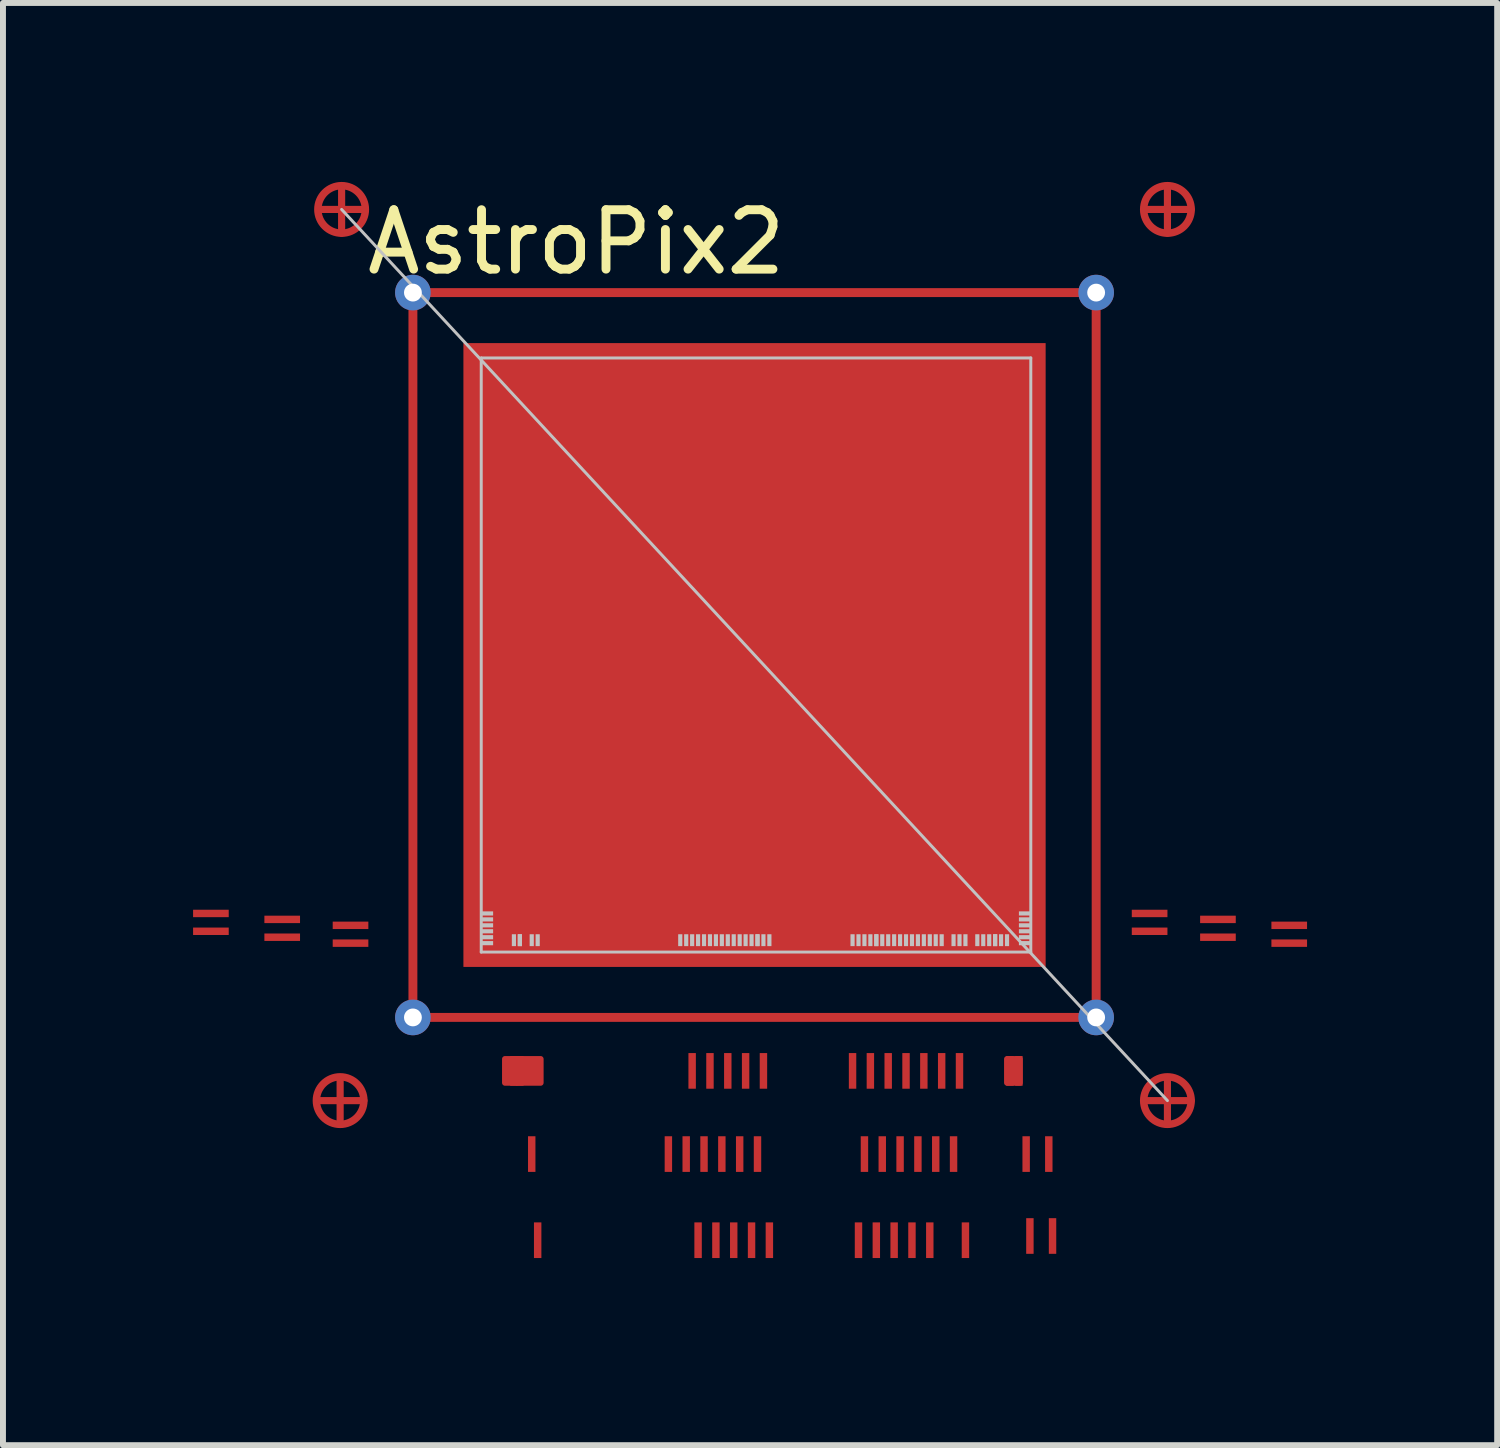
<source format=kicad_pcb>
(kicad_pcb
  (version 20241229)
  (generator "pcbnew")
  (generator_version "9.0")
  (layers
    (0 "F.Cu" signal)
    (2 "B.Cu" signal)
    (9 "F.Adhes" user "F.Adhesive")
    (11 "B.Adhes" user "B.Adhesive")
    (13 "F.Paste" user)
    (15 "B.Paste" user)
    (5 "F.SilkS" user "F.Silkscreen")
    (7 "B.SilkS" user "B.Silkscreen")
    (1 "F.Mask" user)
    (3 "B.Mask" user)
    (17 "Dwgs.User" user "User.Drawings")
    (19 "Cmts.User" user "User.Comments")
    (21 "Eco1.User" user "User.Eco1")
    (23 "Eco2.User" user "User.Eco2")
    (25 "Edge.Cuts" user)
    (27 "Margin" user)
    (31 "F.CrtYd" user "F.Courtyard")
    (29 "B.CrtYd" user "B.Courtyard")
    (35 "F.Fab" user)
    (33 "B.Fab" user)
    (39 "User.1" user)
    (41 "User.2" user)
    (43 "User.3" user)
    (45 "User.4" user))
  (footprint "AstroPix2"
    (layer "F.Cu")
    (at 9.65 7.975)
    (property "Reference" "AstroPix2" (at -3 -6.95 0) (layer "F.SilkS") (effects (font (size 1 1) (thickness 0.15))))
    (attr through_hole)
    (fp_line (start -7.325 7.5) (end -6.575 7.5) (stroke (width 0.12) (type solid)) (layer "F.Cu"))
    (fp_line (start -7.3 -7.5) (end -6.55 -7.5) (stroke (width 0.12) (type solid)) (layer "F.Cu"))
    (fp_line (start -6.975 7.15) (end -6.975 7.9) (stroke (width 0.12) (type solid)) (layer "F.Cu"))
    (fp_line (start -6.95 -7.85) (end -6.95 -7.1) (stroke (width 0.12) (type solid)) (layer "F.Cu"))
    (fp_line (start -5.75 -6.1) (end -5.75 6.1) (stroke (width 0.15) (type solid)) (layer "F.Cu"))
    (fp_line (start -5.75 6.1) (end 5.75 6.1) (stroke (width 0.15) (type solid)) (layer "F.Cu"))
    (fp_line (start 5.75 -6.1) (end -5.75 -6.1) (stroke (width 0.15) (type solid)) (layer "F.Cu"))
    (fp_line (start 5.75 6.1) (end 5.75 -6.1) (stroke (width 0.15) (type solid)) (layer "F.Cu"))
    (fp_line (start 6.6 -7.5) (end 7.35 -7.5) (stroke (width 0.12) (type solid)) (layer "F.Cu"))
    (fp_line (start 6.6 7.5) (end 7.35 7.5) (stroke (width 0.12) (type solid)) (layer "F.Cu"))
    (fp_line (start 6.95 -7.85) (end 6.95 -7.1) (stroke (width 0.12) (type solid)) (layer "F.Cu"))
    (fp_line (start 6.95 7.15) (end 6.95 7.9) (stroke (width 0.12) (type solid)) (layer "F.Cu"))
    (fp_circle (center -6.975 7.5) (end -6.575 7.5) (stroke (width 0.125) (type solid)) (fill no) (layer "F.Cu"))
    (fp_circle (center -6.95 -7.5) (end -6.55 -7.5) (stroke (width 0.125) (type solid)) (fill no) (layer "F.Cu"))
    (fp_circle (center 6.95 -7.5) (end 7.35 -7.5) (stroke (width 0.125) (type solid)) (fill no) (layer "F.Cu"))
    (fp_circle (center 6.95 7.5) (end 7.35 7.5) (stroke (width 0.125) (type solid)) (fill no) (layer "F.Cu"))
    (fp_poly (pts (xy -3.6 7.2) (xy -4.2 7.2) (xy -4.2 6.8) (xy -3.6 6.8)) (stroke (width 0.1) (type solid)) (fill yes) (layer "F.Cu"))
    (fp_poly (pts (xy 4.465 7.2) (xy 4.25 7.2) (xy 4.25 6.8) (xy 4.465 6.8)) (stroke (width 0.1) (type solid)) (fill yes) (layer "F.Cu"))
    (fp_circle (center -6.975 7.5) (end -6.6 7.5) (stroke (width 0.2) (type solid)) (fill no) (layer "F.Mask"))
    (fp_circle (center -6.95 -7.5) (end -6.575 -7.5) (stroke (width 0.2) (type solid)) (fill no) (layer "F.Mask"))
    (fp_circle (center 6.95 -7.5) (end 7.325 -7.5) (stroke (width 0.2) (type solid)) (fill no) (layer "F.Mask"))
    (fp_circle (center 6.95 7.5) (end 7.325 7.5) (stroke (width 0.2) (type solid)) (fill no) (layer "F.Mask"))
    (fp_poly (pts (xy -6.4 5.05) (xy -9.6 5.05) (xy -9.6 4.2) (xy -6.4 4.2)) (stroke (width 0.1) (type solid)) (fill yes) (layer "F.Mask"))
    (fp_poly (pts (xy -3.45 7.4) (xy -4.35 7.4) (xy -4.35 6.6) (xy -3.45 6.6)) (stroke (width 0.1) (type solid)) (fill yes) (layer "F.Mask"))
    (fp_poly (pts (xy -3.45 10.25) (xy -3.85 10.25) (xy -3.85 8) (xy -3.45 8)) (stroke (width 0.1) (type solid)) (fill yes) (layer "F.Mask"))
    (fp_poly (pts (xy 0.2 8.8) (xy -1.6 8.8) (xy -1.6 8) (xy 0.2 8)) (stroke (width 0.1) (type solid)) (fill yes) (layer "F.Mask"))
    (fp_poly (pts (xy 0.3 7.4) (xy -1.2 7.4) (xy -1.2 6.6) (xy 0.3 6.6)) (stroke (width 0.1) (type solid)) (fill yes) (layer "F.Mask"))
    (fp_poly (pts (xy 0.4 10.25) (xy -1.1 10.25) (xy -1.1 9.45) (xy 0.4 9.45)) (stroke (width 0.1) (type solid)) (fill yes) (layer "F.Mask"))
    (fp_poly (pts (xy 3.5 8.8) (xy 1.7 8.8) (xy 1.7 8) (xy 3.5 8)) (stroke (width 0.1) (type solid)) (fill yes) (layer "F.Mask"))
    (fp_poly (pts (xy 3.55 7.4) (xy 1.55 7.4) (xy 1.55 6.6) (xy 3.55 6.6)) (stroke (width 0.1) (type solid)) (fill yes) (layer "F.Mask"))
    (fp_poly (pts (xy 3.7 10.25) (xy 1.6 10.25) (xy 1.6 9.45) (xy 3.7 9.45)) (stroke (width 0.1) (type solid)) (fill yes) (layer "F.Mask"))
    (fp_poly (pts (xy 5.2 8.8) (xy 4.2 8.8) (xy 4.2 8) (xy 5.2 8)) (stroke (width 0.1) (type solid)) (fill yes) (layer "F.Mask"))
    (fp_poly (pts (xy 5.2 10.2) (xy 4.2 10.2) (xy 4.2 9.4) (xy 5.2 9.4)) (stroke (width 0.1) (type solid)) (fill yes) (layer "F.Mask"))
    (fp_poly (pts (xy 5.25 7.4) (xy 4.1 7.4) (xy 4.1 6.6) (xy 5.25 6.6)) (stroke (width 0.1) (type solid)) (fill yes) (layer "F.Mask"))
    (fp_poly (pts (xy 5.75 6.1) (xy -5.75 6.1) (xy -5.75 -6.1) (xy 5.75 -6.1)) (stroke (width 0.1) (type solid)) (fill yes) (layer "F.Mask"))
    (fp_poly (pts (xy 9.45 5.05) (xy 6.25 5.05) (xy 6.25 4.2) (xy 9.45 4.2)) (stroke (width 0.1) (type solid)) (fill yes) (layer "F.Mask"))
    (fp_poly (pts (xy -6.75 7.2) (xy -6.6 7.45) (xy -6.725 7.8) (xy -7.2 7.825) (xy -7.35 7.375) (xy -7.025 7.125) (xy -7 7.125)) (stroke (width 0.1) (type solid)) (fill yes) (layer "F.Mask"))
    (fp_poly (pts (xy -6.725 -7.8) (xy -6.575 -7.55) (xy -6.7 -7.2) (xy -7.175 -7.175) (xy -7.325 -7.625) (xy -7 -7.875) (xy -6.975 -7.875)) (stroke (width 0.1) (type solid)) (fill yes) (layer "F.Mask"))
    (fp_poly (pts (xy 7.175 -7.8) (xy 7.325 -7.55) (xy 7.2 -7.2) (xy 6.725 -7.175) (xy 6.575 -7.625) (xy 6.9 -7.875) (xy 6.925 -7.875)) (stroke (width 0.1) (type solid)) (fill yes) (layer "F.Mask"))
    (fp_poly (pts (xy 7.175 7.2) (xy 7.325 7.45) (xy 7.2 7.8) (xy 6.725 7.825) (xy 6.575 7.375) (xy 6.9 7.125) (xy 6.925 7.125)) (stroke (width 0.1) (type solid)) (fill yes) (layer "F.Mask"))
    (fp_line (start -4.6 -5) (end 4.65 -5) (stroke (width 0.05) (type solid)) (layer "Dwgs.User"))
    (fp_line (start -4.6 5) (end -4.6 -5) (stroke (width 0.05) (type solid)) (layer "Dwgs.User"))
    (fp_line (start 4.65 -5) (end 4.65 5) (stroke (width 0.05) (type solid)) (layer "Dwgs.User"))
    (fp_line (start 4.65 5) (end -4.6 5) (stroke (width 0.05) (type solid)) (layer "Dwgs.User"))
    (fp_line (start 6.95 7.5) (end -6.95 -7.5) (stroke (width 0.05) (type solid)) (layer "Dwgs.User"))
    (pad "" smd rect (at -4.5 4.35 90) (size 0.07 0.2) (layers "Dwgs.User"))
    (pad "" smd rect (at -4.5 4.45 90) (size 0.07 0.2) (layers "Dwgs.User"))
    (pad "" smd rect (at -4.5 4.55 90) (size 0.07 0.2) (layers "Dwgs.User"))
    (pad "" smd rect (at -4.5 4.65 90) (size 0.07 0.2) (layers "Dwgs.User"))
    (pad "" smd rect (at -4.5 4.75 90) (size 0.07 0.2) (layers "Dwgs.User"))
    (pad "" smd rect (at -4.5 4.85 90) (size 0.07 0.2) (layers "Dwgs.User"))
    (pad "" smd rect (at -4.05 4.8) (size 0.07 0.2) (layers "Dwgs.User"))
    (pad "" smd rect (at -3.95 4.8) (size 0.07 0.2) (layers "Dwgs.User"))
    (pad "" smd rect (at -3.95 4.8) (size 0.07 0.2) (layers "Dwgs.User"))
    (pad "" smd rect (at -3.75 4.8) (size 0.07 0.2) (layers "Dwgs.User"))
    (pad "" smd rect (at -3.65 4.8) (size 0.07 0.2) (layers "Dwgs.User"))
    (pad "" smd rect (at -1.25 4.8) (size 0.07 0.2) (layers "Dwgs.User"))
    (pad "" smd rect (at -1.15 4.8) (size 0.07 0.2) (layers "Dwgs.User"))
    (pad "" smd rect (at -1.05 4.8) (size 0.07 0.2) (layers "Dwgs.User"))
    (pad "" smd rect (at -0.95 4.8) (size 0.07 0.2) (layers "Dwgs.User"))
    (pad "" smd rect (at -0.85 4.8) (size 0.07 0.2) (layers "Dwgs.User"))
    (pad "" smd rect (at -0.75 4.8) (size 0.07 0.2) (layers "Dwgs.User"))
    (pad "" smd rect (at -0.65 4.8) (size 0.07 0.2) (layers "Dwgs.User"))
    (pad "" smd rect (at -0.55 4.8) (size 0.07 0.2) (layers "Dwgs.User"))
    (pad "" smd rect (at -0.45 4.8) (size 0.07 0.2) (layers "Dwgs.User"))
    (pad "" smd rect (at -0.35 4.8) (size 0.07 0.2) (layers "Dwgs.User"))
    (pad "" smd rect (at -0.25 4.8) (size 0.07 0.2) (layers "Dwgs.User"))
    (pad "" smd rect (at -0.15 4.8) (size 0.07 0.2) (layers "Dwgs.User"))
    (pad "" smd rect (at -0.05 4.8) (size 0.07 0.2) (layers "Dwgs.User"))
    (pad "" smd rect (at 0.05 4.8) (size 0.07 0.2) (layers "Dwgs.User"))
    (pad "" smd rect (at 0.05 4.8) (size 0.07 0.2) (layers "Dwgs.User"))
    (pad "" smd rect (at 0.15 4.8) (size 0.07 0.2) (layers "Dwgs.User"))
    (pad "" smd rect (at 0.25 4.8) (size 0.07 0.2) (layers "Dwgs.User"))
    (pad "" smd rect (at 1.65 4.8) (size 0.07 0.2) (layers "Dwgs.User"))
    (pad "" smd rect (at 1.75 4.8) (size 0.07 0.2) (layers "Dwgs.User"))
    (pad "" smd rect (at 1.85 4.8) (size 0.07 0.2) (layers "Dwgs.User"))
    (pad "" smd rect (at 1.95 4.8) (size 0.07 0.2) (layers "Dwgs.User"))
    (pad "" smd rect (at 2.05 4.8) (size 0.07 0.2) (layers "Dwgs.User"))
    (pad "" smd rect (at 2.05 4.8) (size 0.07 0.2) (layers "Dwgs.User"))
    (pad "" smd rect (at 2.15 4.8) (size 0.07 0.2) (layers "Dwgs.User"))
    (pad "" smd rect (at 2.25 4.8) (size 0.07 0.2) (layers "Dwgs.User"))
    (pad "" smd rect (at 2.35 4.8) (size 0.07 0.2) (layers "Dwgs.User"))
    (pad "" smd rect (at 2.45 4.8) (size 0.07 0.2) (layers "Dwgs.User"))
    (pad "" smd rect (at 2.55 4.8) (size 0.07 0.2) (layers "Dwgs.User"))
    (pad "" smd rect (at 2.65 4.8) (size 0.07 0.2) (layers "Dwgs.User"))
    (pad "" smd rect (at 2.75 4.8) (size 0.07 0.2) (layers "Dwgs.User"))
    (pad "" smd rect (at 2.85 4.8) (size 0.07 0.2) (layers "Dwgs.User"))
    (pad "" smd rect (at 2.95 4.8) (size 0.07 0.2) (layers "Dwgs.User"))
    (pad "" smd rect (at 3.05 4.8) (size 0.07 0.2) (layers "Dwgs.User"))
    (pad "" smd rect (at 3.15 4.8) (size 0.07 0.2) (layers "Dwgs.User"))
    (pad "" smd rect (at 3.35 4.8) (size 0.07 0.2) (layers "Dwgs.User"))
    (pad "" smd rect (at 3.45 4.8) (size 0.07 0.2) (layers "Dwgs.User"))
    (pad "" smd rect (at 3.55 4.8) (size 0.07 0.2) (layers "Dwgs.User"))
    (pad "" smd rect (at 3.75 4.8) (size 0.07 0.2) (layers "Dwgs.User"))
    (pad "" smd rect (at 3.85 4.8) (size 0.07 0.2) (layers "Dwgs.User"))
    (pad "" smd rect (at 3.95 4.8) (size 0.07 0.2) (layers "Dwgs.User"))
    (pad "" smd rect (at 4.05 4.8) (size 0.07 0.2) (layers "Dwgs.User"))
    (pad "" smd rect (at 4.05 4.8) (size 0.07 0.2) (layers "Dwgs.User"))
    (pad "" smd rect (at 4.15 4.8) (size 0.07 0.2) (layers "Dwgs.User"))
    (pad "" smd rect (at 4.25 4.8) (size 0.07 0.2) (layers "Dwgs.User"))
    (pad "" smd rect (at 4.55 4.35 90) (size 0.07 0.2) (layers "Dwgs.User"))
    (pad "" smd rect (at 4.55 4.45 90) (size 0.07 0.2) (layers "Dwgs.User"))
    (pad "" smd rect (at 4.55 4.55 90) (size 0.07 0.2) (layers "Dwgs.User"))
    (pad "" smd rect (at 4.55 4.65 90) (size 0.07 0.2) (layers "Dwgs.User"))
    (pad "" smd rect (at 4.55 4.75 90) (size 0.07 0.2) (layers "Dwgs.User"))
    (pad "" smd rect (at 4.55 4.85 90) (size 0.07 0.2) (layers "Dwgs.User"))
    (pad "B0" smd rect (at 0 0) (size 9.8 10.5) (layers "F.Cu" "F.Mask" "F.Paste"))
    (pad "B1" smd rect (at -4.05 7) (size 0.125 0.5) (layers "F.Cu" "F.Mask" "F.Paste"))
    (pad "B2" smd rect (at -3.95 7) (size 0.125 0.5) (layers "F.Cu" "F.Mask" "F.Paste"))
    (pad "B3" smd rect (at -3.75 8.4) (size 0.125 0.6) (layers "F.Cu" "F.Mask" "F.Paste"))
    (pad "B4" smd rect (at -3.65 9.85) (size 0.125 0.6) (layers "F.Cu" "F.Mask" "F.Paste"))
    (pad "B5" smd rect (at -1.45 8.4) (size 0.125 0.6) (layers "F.Cu" "F.Mask" "F.Paste"))
    (pad "B6" smd rect (at -1.15 8.4) (size 0.125 0.6) (layers "F.Cu" "F.Mask" "F.Paste"))
    (pad "B7" smd rect (at -1.05 7) (size 0.125 0.6) (layers "F.Cu" "F.Mask" "F.Paste"))
    (pad "B8" smd rect (at -0.95 9.85) (size 0.125 0.6) (layers "F.Cu" "F.Mask" "F.Paste"))
    (pad "B9" smd rect (at -0.85 8.4) (size 0.125 0.6) (layers "F.Cu" "F.Mask" "F.Paste"))
    (pad "B10" smd rect (at -0.75 7) (size 0.125 0.6) (layers "F.Cu" "F.Mask" "F.Paste"))
    (pad "B11" smd rect (at -0.65 9.85) (size 0.125 0.6) (layers "F.Cu" "F.Mask" "F.Paste"))
    (pad "B12" smd rect (at -0.55 8.4) (size 0.125 0.6) (layers "F.Cu" "F.Mask" "F.Paste"))
    (pad "B13" smd rect (at -0.45 7) (size 0.125 0.6) (layers "F.Cu" "F.Mask" "F.Paste"))
    (pad "B14" smd rect (at -0.35 9.85) (size 0.125 0.6) (layers "F.Cu" "F.Mask" "F.Paste"))
    (pad "B15" smd rect (at -0.25 8.4) (size 0.125 0.6) (layers "F.Cu" "F.Mask" "F.Paste"))
    (pad "B16" smd rect (at -0.15 7) (size 0.125 0.6) (layers "F.Cu" "F.Mask" "F.Paste"))
    (pad "B17" smd rect (at -0.05 9.85) (size 0.125 0.6) (layers "F.Cu" "F.Mask" "F.Paste"))
    (pad "B18" smd rect (at 0.05 8.4) (size 0.125 0.6) (layers "F.Cu" "F.Mask" "F.Paste"))
    (pad "B19" smd rect (at 0.15 7) (size 0.125 0.6) (layers "F.Cu" "F.Mask" "F.Paste"))
    (pad "B20" smd rect (at 0.25 9.85) (size 0.125 0.6) (layers "F.Cu" "F.Mask" "F.Paste"))
    (pad "B21" smd rect (at 1.65 7) (size 0.125 0.6) (layers "F.Cu" "F.Mask" "F.Paste"))
    (pad "B22" smd rect (at 1.75 9.85) (size 0.125 0.6) (layers "F.Cu" "F.Mask" "F.Paste"))
    (pad "B23" smd rect (at 1.85 8.4) (size 0.125 0.6) (layers "F.Cu" "F.Mask" "F.Paste"))
    (pad "B24" smd rect (at 1.95 7) (size 0.125 0.6) (layers "F.Cu" "F.Mask" "F.Paste"))
    (pad "B25" smd rect (at 2.05 9.85) (size 0.125 0.6) (layers "F.Cu" "F.Mask" "F.Paste"))
    (pad "B26" smd rect (at 2.15 8.4) (size 0.125 0.6) (layers "F.Cu" "F.Mask" "F.Paste"))
    (pad "B27" smd rect (at 2.25 7) (size 0.125 0.6) (layers "F.Cu" "F.Mask" "F.Paste"))
    (pad "B28" smd rect (at 2.35 9.85) (size 0.125 0.6) (layers "F.Cu" "F.Mask" "F.Paste"))
    (pad "B29" smd rect (at 2.45 8.4) (size 0.125 0.6) (layers "F.Cu" "F.Mask" "F.Paste"))
    (pad "B30" smd rect (at 2.55 7) (size 0.125 0.6) (layers "F.Cu" "F.Mask" "F.Paste"))
    (pad "B31" smd rect (at 2.65 9.85) (size 0.125 0.6) (layers "F.Cu" "F.Mask" "F.Paste"))
    (pad "B32" smd rect (at 2.75 8.4) (size 0.125 0.6) (layers "F.Cu" "F.Mask" "F.Paste"))
    (pad "B33" smd rect (at 2.85 7) (size 0.125 0.6) (layers "F.Cu" "F.Mask" "F.Paste"))
    (pad "B34" smd rect (at 2.95 9.85) (size 0.125 0.6) (layers "F.Cu" "F.Mask" "F.Paste"))
    (pad "B35" smd rect (at 3.05 8.4) (size 0.125 0.6) (layers "F.Cu" "F.Mask" "F.Paste"))
    (pad "B36" smd rect (at 3.15 7) (size 0.125 0.6) (layers "F.Cu" "F.Mask" "F.Paste"))
    (pad "B37" smd rect (at 3.35 8.4) (size 0.125 0.6) (layers "F.Cu" "F.Mask" "F.Paste"))
    (pad "B38" smd rect (at 3.45 7) (size 0.125 0.6) (layers "F.Cu" "F.Mask" "F.Paste"))
    (pad "B39" smd rect (at 3.55 9.85) (size 0.125 0.6) (layers "F.Cu" "F.Mask" "F.Paste"))
    (pad "B40" smd rect (at 4.3 7) (size 0.125 0.5) (layers "F.Cu" "F.Mask" "F.Paste"))
    (pad "B41" smd rect (at 4.45 7) (size 0.125 0.5) (layers "F.Cu" "F.Mask" "F.Paste"))
    (pad "B42" smd rect (at 4.572 8.4) (size 0.125 0.6) (layers "F.Cu" "F.Mask" "F.Paste"))
    (pad "B43" smd rect (at 4.635 9.779) (size 0.125 0.6) (layers "F.Cu" "F.Mask" "F.Paste"))
    (pad "B44" smd rect (at 4.953 8.4) (size 0.125 0.6) (layers "F.Cu" "F.Mask" "F.Paste"))
    (pad "B45" smd rect (at 5.016 9.779) (size 0.125 0.6) (layers "F.Cu" "F.Mask" "F.Paste"))
    (pad "L1" smd rect (at -9.15 4.35 270) (size 0.125 0.6) (layers "F.Cu" "F.Mask" "F.Paste"))
    (pad "L2" smd rect (at -7.95 4.45 270) (size 0.125 0.6) (layers "F.Cu" "F.Mask" "F.Paste"))
    (pad "L3" smd rect (at -6.8 4.55 270) (size 0.125 0.6) (layers "F.Cu" "F.Mask" "F.Paste"))
    (pad "L4" smd rect (at -9.15 4.65 270) (size 0.125 0.6) (layers "F.Cu" "F.Mask" "F.Paste"))
    (pad "L5" smd rect (at -7.95 4.75 270) (size 0.125 0.6) (layers "F.Cu" "F.Mask" "F.Paste"))
    (pad "L6" smd rect (at -6.8 4.85 270) (size 0.125 0.6) (layers "F.Cu" "F.Mask" "F.Paste"))
    (pad "R1" smd rect (at 9 4.85 90) (size 0.125 0.6) (layers "F.Cu" "F.Mask" "F.Paste"))
    (pad "R2" smd rect (at 7.8 4.75 90) (size 0.125 0.6) (layers "F.Cu" "F.Mask" "F.Paste"))
    (pad "R3" smd rect (at 6.65 4.65 90) (size 0.125 0.6) (layers "F.Cu" "F.Mask" "F.Paste"))
    (pad "R4" smd rect (at 9 4.55 90) (size 0.125 0.6) (layers "F.Cu" "F.Mask" "F.Paste"))
    (pad "R5" smd rect (at 7.8 4.45 90) (size 0.125 0.6) (layers "F.Cu" "F.Mask" "F.Paste"))
    (pad "R6" smd rect (at 6.65 4.35 90) (size 0.125 0.6) (layers "F.Cu" "F.Mask" "F.Paste"))
    (pad "Ring1" thru_hole circle (at -5.75 -6.1) (size 0.6 0.6) (drill 0.3) (layers "*.Cu" "*.Mask"))
    (pad "Ring1" thru_hole circle (at -5.75 6.1) (size 0.6 0.6) (drill 0.3) (layers "*.Cu" "*.Mask"))
    (pad "Ring1" thru_hole circle (at 5.75 -6.1) (size 0.6 0.6) (drill 0.3) (layers "*.Cu" "*.Mask"))
    (pad "Ring1" thru_hole circle (at 5.75 6.1) (size 0.6 0.6) (drill 0.3) (layers "*.Cu" "*.Mask")))
  (gr_rect
    (start -3 -3)
    (end 22.15 21.275)
    (stroke (width 0.1) (type default))
    (fill no)
    (layer "Edge.Cuts")))
</source>
